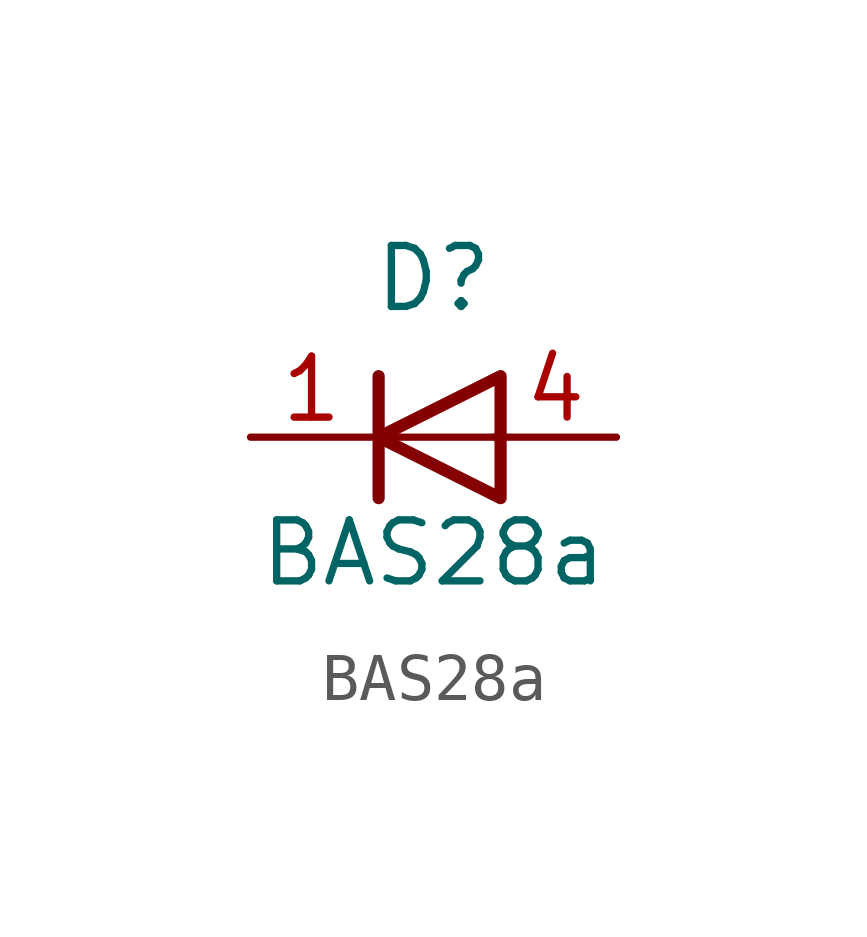
<source format=kicad_sym>
(kicad_symbol_lib
  (version 20211014)
  (generator kicad_symbol_editor)
  (symbol "BAS28a"
    (property "Reference" "D"
      (at 0 3.302 0)
      (effects (font (size 1.27 1.27))))
    (property "Value" "BAS28a"
      (at 0 -2.413 0)
      (effects (font (size 1.27 1.27))))
    (symbol "BAS28a_0_1"
      (polyline (pts (xy -1.143 1.27) (xy -1.143 -1.27)) (stroke (width 0.254) (type default) (color 0 0 0 0)) (fill (type none)))
      (polyline (pts (xy 1.27 0) (xy -1.143 0)) (stroke (width 0) (type default) (color 0 0 0 0)) (fill (type none)))
      (polyline (pts (xy 1.397 1.27) (xy 1.397 -1.27) (xy -1.143 0) (xy 1.397 1.27)) (stroke (width 0.254) (type default) (color 0 0 0 0)) (fill (type none))))
    (symbol "BAS28a_1_1"
      (pin passive line (at -3.81 0 0) (length 2.54) (name "" (effects (font (size 1.27 1.27)))) (number "1" (effects (font (size 1.27 1.27)))))
      (pin passive line (at 3.81 0 180) (length 2.54) (name "" (effects (font (size 1.27 1.27)))) (number "4" (effects (font (size 1.27 1.27))))))))
</source>
